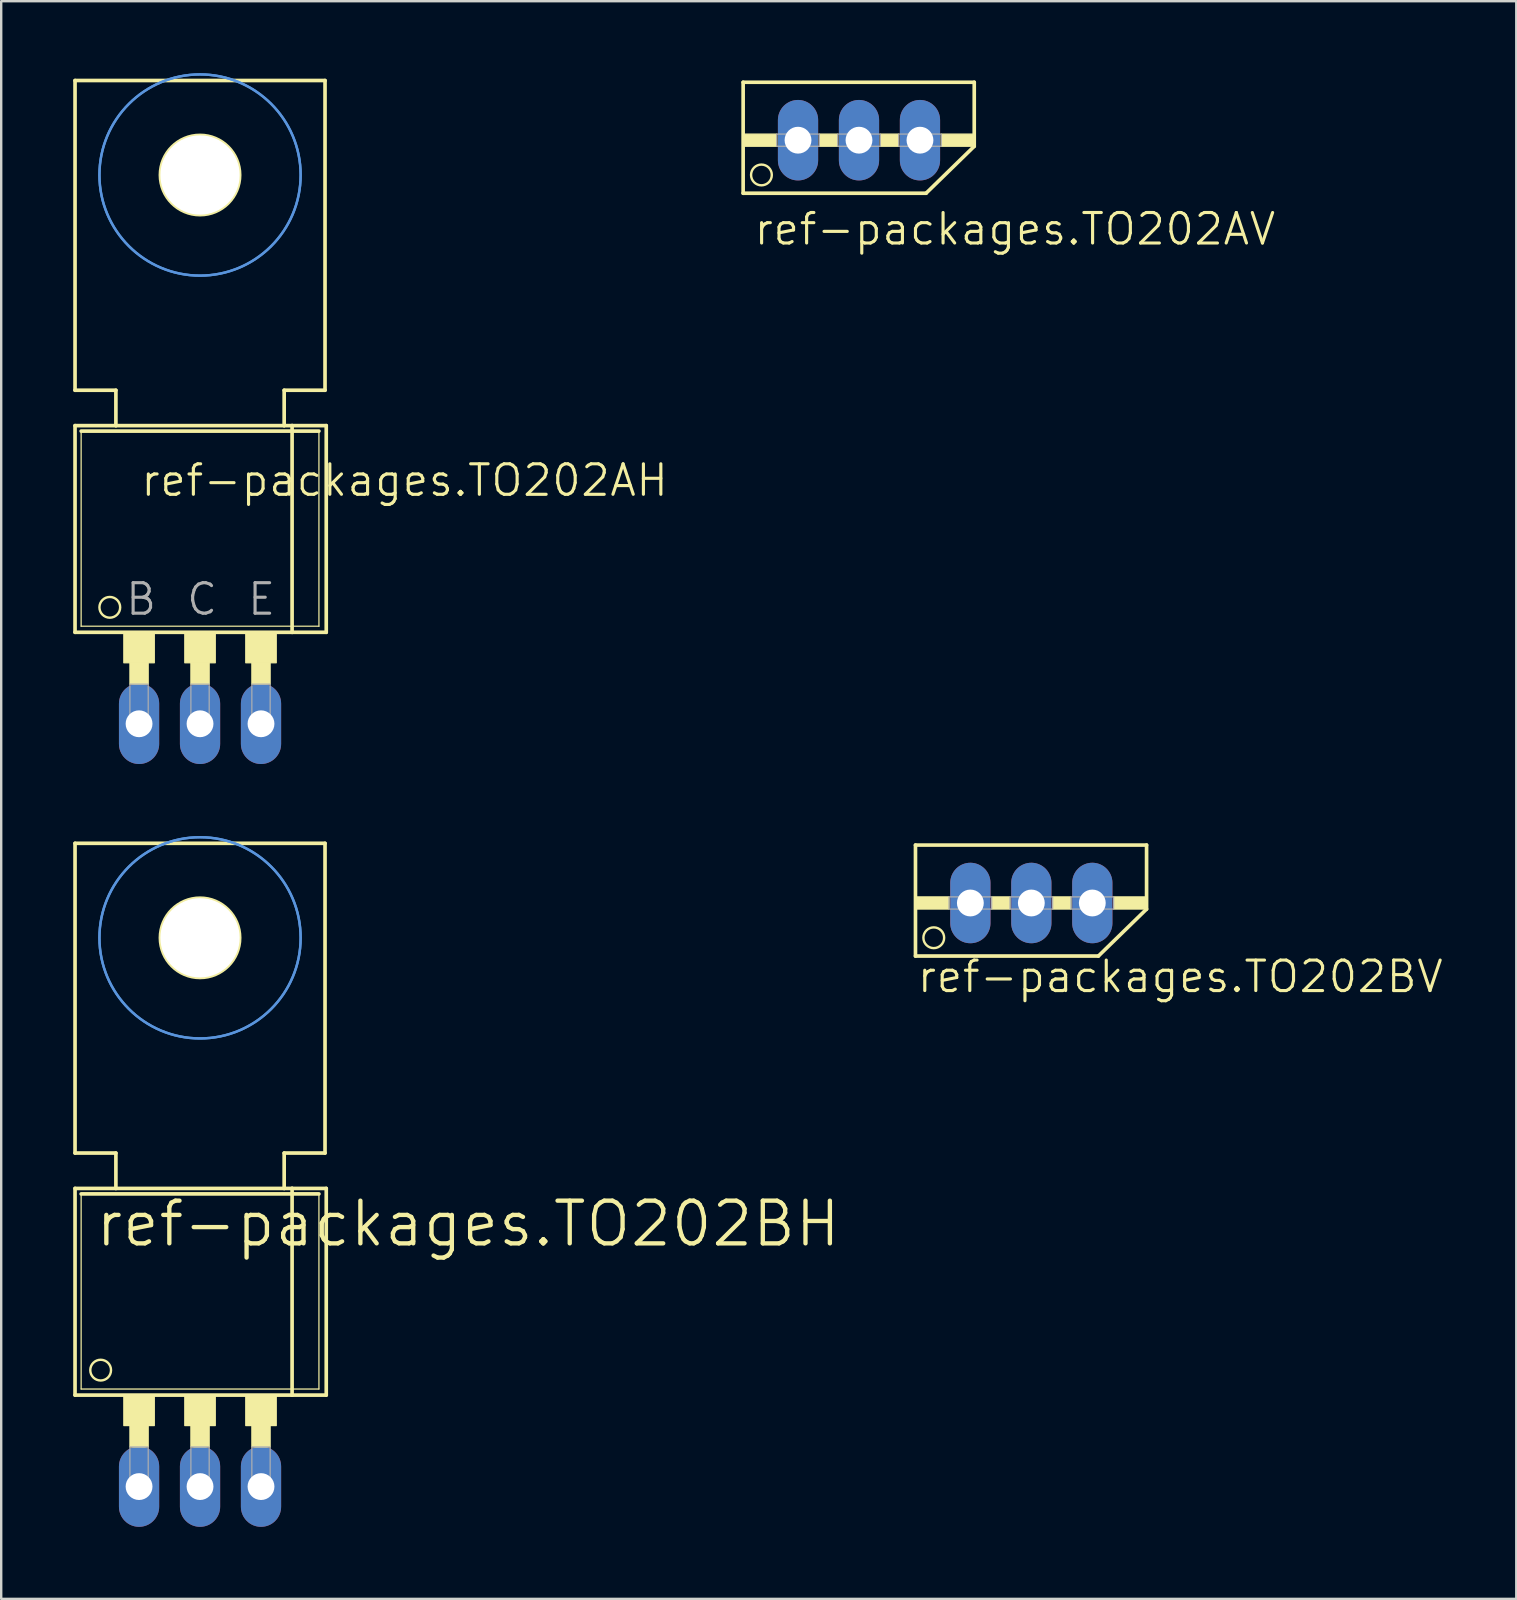
<source format=kicad_pcb>
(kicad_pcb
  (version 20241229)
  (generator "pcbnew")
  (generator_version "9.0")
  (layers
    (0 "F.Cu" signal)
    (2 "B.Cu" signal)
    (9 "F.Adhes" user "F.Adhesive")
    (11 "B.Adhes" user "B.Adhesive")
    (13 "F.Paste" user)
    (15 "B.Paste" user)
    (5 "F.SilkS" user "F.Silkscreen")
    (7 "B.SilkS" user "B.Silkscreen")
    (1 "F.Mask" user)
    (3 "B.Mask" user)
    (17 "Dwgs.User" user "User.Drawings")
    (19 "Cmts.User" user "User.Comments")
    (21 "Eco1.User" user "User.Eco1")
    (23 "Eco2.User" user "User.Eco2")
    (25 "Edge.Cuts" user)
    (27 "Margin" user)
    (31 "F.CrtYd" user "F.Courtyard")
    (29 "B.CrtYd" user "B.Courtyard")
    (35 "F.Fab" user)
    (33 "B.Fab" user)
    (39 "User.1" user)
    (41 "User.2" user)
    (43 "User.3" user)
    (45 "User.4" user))
  (footprint "ref-packages.TO202BH"
    (layer "F.Cu")
    (at 5.283 53.798)
    (property "Reference" "ref-packages.TO202BH" (at -4.445 -4.826 0) (layer "F.SilkS") (effects (font (size 1.778 1.778) (thickness 0.18)) (justify left bottom)))
    (attr through_hole)
    (fp_line (start -5.207 -21.717) (end -5.207 -8.814) (stroke (width 0.152) (type default)) (layer "F.SilkS"))
    (fp_line (start -5.207 -7.341) (end -3.505 -7.341) (stroke (width 0.152) (type default)) (layer "F.SilkS"))
    (fp_line (start -5.207 1.27) (end -5.207 -7.341) (stroke (width 0.152) (type default)) (layer "F.SilkS"))
    (fp_line (start -5.207 1.27) (end 3.835 1.27) (stroke (width 0.152) (type default)) (layer "F.SilkS"))
    (fp_line (start -4.953 1.016) (end -4.953 -7.112) (stroke (width 0.051) (type default)) (layer "F.SilkS"))
    (fp_line (start -4.953 1.016) (end 4.953 1.016) (stroke (width 0.051) (type default)) (layer "F.SilkS"))
    (fp_line (start -3.505 -8.814) (end -5.207 -8.814) (stroke (width 0.152) (type default)) (layer "F.SilkS"))
    (fp_line (start -3.505 -7.341) (end -3.505 -8.814) (stroke (width 0.152) (type default)) (layer "F.SilkS"))
    (fp_line (start -3.505 -7.341) (end 3.505 -7.341) (stroke (width 0.152) (type default)) (layer "F.SilkS"))
    (fp_line (start 3.505 -8.814) (end 3.505 -7.341) (stroke (width 0.152) (type default)) (layer "F.SilkS"))
    (fp_line (start 3.505 -7.341) (end 3.835 -7.341) (stroke (width 0.152) (type default)) (layer "F.SilkS"))
    (fp_line (start 3.835 -7.341) (end 5.258 -7.341) (stroke (width 0.152) (type default)) (layer "F.SilkS"))
    (fp_line (start 3.835 1.27) (end 3.835 -7.341) (stroke (width 0.152) (type default)) (layer "F.SilkS"))
    (fp_line (start 3.835 1.27) (end 5.258 1.27) (stroke (width 0.152) (type default)) (layer "F.SilkS"))
    (fp_line (start 4.953 -7.112) (end -4.953 -7.112) (stroke (width 0.152) (type default)) (layer "F.SilkS"))
    (fp_line (start 4.953 -7.112) (end 4.953 1.016) (stroke (width 0.051) (type default)) (layer "F.SilkS"))
    (fp_line (start 5.207 -21.717) (end -5.207 -21.717) (stroke (width 0.152) (type default)) (layer "F.SilkS"))
    (fp_line (start 5.207 -21.717) (end 5.207 -8.814) (stroke (width 0.152) (type default)) (layer "F.SilkS"))
    (fp_line (start 5.207 -8.814) (end 3.505 -8.814) (stroke (width 0.152) (type default)) (layer "F.SilkS"))
    (fp_line (start 5.258 1.27) (end 5.258 -7.341) (stroke (width 0.152) (type default)) (layer "F.SilkS"))
    (fp_rect (start -3.175 2.54) (end -1.905 1.27) (stroke (width 0.05) (type default)) (fill yes) (layer "F.SilkS"))
    (fp_rect (start -2.921 3.429) (end -2.159 2.54) (stroke (width 0.05) (type default)) (fill yes) (layer "F.SilkS"))
    (fp_rect (start -0.635 2.54) (end 0.635 1.27) (stroke (width 0.05) (type default)) (fill yes) (layer "F.SilkS"))
    (fp_rect (start -0.381 3.429) (end 0.381 2.54) (stroke (width 0.05) (type default)) (fill yes) (layer "F.SilkS"))
    (fp_rect (start 1.905 2.54) (end 3.175 1.27) (stroke (width 0.05) (type default)) (fill yes) (layer "F.SilkS"))
    (fp_rect (start 2.159 3.429) (end 2.921 2.54) (stroke (width 0.05) (type default)) (fill yes) (layer "F.SilkS"))
    (fp_circle (center -4.14 0.229) (end -3.708 0.229) (stroke (width 0.1) (type default)) (fill no) (layer "F.SilkS"))
    (fp_circle (center 0 -17.78) (end 1.651 -17.78) (stroke (width 0.152) (type default)) (fill no) (layer "F.SilkS"))
    (fp_circle (center 0 -17.78) (end 4.191 -17.78) (stroke (width 0.1) (type default)) (fill no) (layer "Cmts.User"))
    (fp_circle (center 0 -17.78) (end 4.191 -17.78) (stroke (width 0.1) (type default)) (fill no) (layer "Cmts.User"))
    (fp_rect (start -2.921 5.207) (end -2.159 3.429) (stroke (width 0.05) (type default)) (fill no) (layer "F.Fab"))
    (fp_rect (start -0.381 5.207) (end 0.381 3.429) (stroke (width 0.05) (type default)) (fill no) (layer "F.Fab"))
    (fp_rect (start 2.159 5.207) (end 2.921 3.429) (stroke (width 0.05) (type default)) (fill no) (layer "F.Fab"))
    (pad "" np_thru_hole circle (at 0 -17.78) (size 3.302 3.302) (drill 3.302) (layers "*.Cu" "*.Mask"))
    (pad "1" thru_hole oval (at -2.54 5.08 90) (size 3.353 1.676) (drill 1.118) (layers "*.Cu" "*.Mask"))
    (pad "2" thru_hole oval (at 0 5.08 90) (size 3.353 1.676) (drill 1.118) (layers "*.Cu" "*.Mask"))
    (pad "3" thru_hole oval (at 2.54 5.08 90) (size 3.353 1.676) (drill 1.118) (layers "*.Cu" "*.Mask")))
  (footprint "ref-packages.TO202AV"
    (layer "F.Cu")
    (at 32.734 0.25)
    (property "Reference" "ref-packages.TO202AV" (at -4.445 6.985 0) (layer "F.SilkS") (effects (font (size 1.27 1.27) (thickness 0.13)) (justify left bottom)))
    (attr through_hole)
    (fp_line (start -4.826 0.127) (end 4.801 0.127) (stroke (width 0.152) (type default)) (layer "F.SilkS"))
    (fp_line (start -4.826 4.75) (end -4.826 0.127) (stroke (width 0.152) (type default)) (layer "F.SilkS"))
    (fp_line (start -4.826 4.75) (end 2.794 4.75) (stroke (width 0.152) (type default)) (layer "F.SilkS"))
    (fp_line (start 2.794 4.75) (end 4.801 2.794) (stroke (width 0.152) (type default)) (layer "F.SilkS"))
    (fp_line (start 4.801 0.127) (end 4.801 2.794) (stroke (width 0.152) (type default)) (layer "F.SilkS"))
    (fp_rect (start -4.826 2.794) (end -3.429 2.286) (stroke (width 0.05) (type default)) (fill yes) (layer "F.SilkS"))
    (fp_rect (start -1.651 2.794) (end -0.889 2.286) (stroke (width 0.05) (type default)) (fill yes) (layer "F.SilkS"))
    (fp_rect (start 0.889 2.794) (end 1.651 2.286) (stroke (width 0.05) (type default)) (fill yes) (layer "F.SilkS"))
    (fp_rect (start 3.429 2.794) (end 4.826 2.286) (stroke (width 0.05) (type default)) (fill yes) (layer "F.SilkS"))
    (fp_circle (center -4.064 3.988) (end -3.632 3.988) (stroke (width 0.1) (type default)) (fill no) (layer "F.SilkS"))
    (fp_rect (start -3.429 2.794) (end -1.651 2.286) (stroke (width 0.05) (type default)) (fill no) (layer "F.Fab"))
    (fp_rect (start -0.889 2.794) (end 0.889 2.286) (stroke (width 0.05) (type default)) (fill no) (layer "F.Fab"))
    (fp_rect (start 1.651 2.794) (end 3.429 2.286) (stroke (width 0.05) (type default)) (fill no) (layer "F.Fab"))
    (pad "B" thru_hole oval (at -2.54 2.54 90) (size 3.353 1.676) (drill 1.118) (layers "*.Cu" "*.Mask"))
    (pad "C" thru_hole oval (at 0 2.54 90) (size 3.353 1.676) (drill 1.118) (layers "*.Cu" "*.Mask"))
    (pad "E" thru_hole oval (at 2.54 2.54 90) (size 3.353 1.676) (drill 1.118) (layers "*.Cu" "*.Mask")))
  (footprint "ref-packages.TO202AH"
    (layer "F.Cu")
    (at 5.283 22.021)
    (property "Reference" "ref-packages.TO202AH" (at -2.54 -4.318 0) (layer "F.SilkS") (effects (font (size 1.27 1.27) (thickness 0.13)) (justify left bottom)))
    (attr through_hole)
    (fp_line (start -5.207 -21.717) (end -5.207 -8.814) (stroke (width 0.152) (type default)) (layer "F.SilkS"))
    (fp_line (start -5.207 -7.341) (end -3.505 -7.341) (stroke (width 0.152) (type default)) (layer "F.SilkS"))
    (fp_line (start -5.207 1.27) (end -5.207 -7.341) (stroke (width 0.152) (type default)) (layer "F.SilkS"))
    (fp_line (start -5.207 1.27) (end 3.835 1.27) (stroke (width 0.152) (type default)) (layer "F.SilkS"))
    (fp_line (start -4.953 1.016) (end -4.953 -7.112) (stroke (width 0.051) (type default)) (layer "F.SilkS"))
    (fp_line (start -4.953 1.016) (end 4.953 1.016) (stroke (width 0.051) (type default)) (layer "F.SilkS"))
    (fp_line (start -3.505 -8.814) (end -5.207 -8.814) (stroke (width 0.152) (type default)) (layer "F.SilkS"))
    (fp_line (start -3.505 -7.341) (end -3.505 -8.814) (stroke (width 0.152) (type default)) (layer "F.SilkS"))
    (fp_line (start -3.505 -7.341) (end 3.505 -7.341) (stroke (width 0.152) (type default)) (layer "F.SilkS"))
    (fp_line (start 3.505 -8.814) (end 3.505 -7.341) (stroke (width 0.152) (type default)) (layer "F.SilkS"))
    (fp_line (start 3.505 -7.341) (end 3.835 -7.341) (stroke (width 0.152) (type default)) (layer "F.SilkS"))
    (fp_line (start 3.835 -7.341) (end 5.258 -7.341) (stroke (width 0.152) (type default)) (layer "F.SilkS"))
    (fp_line (start 3.835 1.27) (end 3.835 -7.341) (stroke (width 0.152) (type default)) (layer "F.SilkS"))
    (fp_line (start 3.835 1.27) (end 5.258 1.27) (stroke (width 0.152) (type default)) (layer "F.SilkS"))
    (fp_line (start 4.953 -7.112) (end -4.953 -7.112) (stroke (width 0.152) (type default)) (layer "F.SilkS"))
    (fp_line (start 4.953 -7.112) (end 4.953 1.016) (stroke (width 0.051) (type default)) (layer "F.SilkS"))
    (fp_line (start 5.207 -21.717) (end -5.207 -21.717) (stroke (width 0.152) (type default)) (layer "F.SilkS"))
    (fp_line (start 5.207 -21.717) (end 5.207 -8.814) (stroke (width 0.152) (type default)) (layer "F.SilkS"))
    (fp_line (start 5.207 -8.814) (end 3.505 -8.814) (stroke (width 0.152) (type default)) (layer "F.SilkS"))
    (fp_line (start 5.258 1.27) (end 5.258 -7.341) (stroke (width 0.152) (type default)) (layer "F.SilkS"))
    (fp_rect (start -3.175 2.54) (end -1.905 1.27) (stroke (width 0.05) (type default)) (fill yes) (layer "F.SilkS"))
    (fp_rect (start -2.921 3.429) (end -2.159 2.54) (stroke (width 0.05) (type default)) (fill yes) (layer "F.SilkS"))
    (fp_rect (start -0.635 2.54) (end 0.635 1.27) (stroke (width 0.05) (type default)) (fill yes) (layer "F.SilkS"))
    (fp_rect (start -0.381 3.429) (end 0.381 2.54) (stroke (width 0.05) (type default)) (fill yes) (layer "F.SilkS"))
    (fp_rect (start 1.905 2.54) (end 3.175 1.27) (stroke (width 0.05) (type default)) (fill yes) (layer "F.SilkS"))
    (fp_rect (start 2.159 3.429) (end 2.921 2.54) (stroke (width 0.05) (type default)) (fill yes) (layer "F.SilkS"))
    (fp_circle (center -3.759 0.229) (end -3.327 0.229) (stroke (width 0.1) (type default)) (fill no) (layer "F.SilkS"))
    (fp_circle (center 0 -17.78) (end 1.651 -17.78) (stroke (width 0.152) (type default)) (fill no) (layer "F.SilkS"))
    (fp_circle (center 0 -17.78) (end 4.191 -17.78) (stroke (width 0.1) (type default)) (fill no) (layer "Cmts.User"))
    (fp_circle (center 0 -17.78) (end 4.191 -17.78) (stroke (width 0.1) (type default)) (fill no) (layer "Cmts.User"))
    (fp_rect (start -2.921 5.08) (end -2.159 3.429) (stroke (width 0.05) (type default)) (fill no) (layer "F.Fab"))
    (fp_rect (start -0.381 5.08) (end 0.381 3.429) (stroke (width 0.05) (type default)) (fill no) (layer "F.Fab"))
    (fp_rect (start 2.159 5.08) (end 2.921 3.429) (stroke (width 0.05) (type default)) (fill no) (layer "F.Fab"))
    (fp_text user "E" (at 1.905 0.635 0) (layer "F.Fab") (effects (font (size 1.27 1.27) (thickness 0.13)) (justify left bottom)))
    (fp_text user "C" (at -0.635 0.635 0) (layer "F.Fab") (effects (font (size 1.27 1.27) (thickness 0.13)) (justify left bottom)))
    (fp_text user "B" (at -3.175 0.635 0) (layer "F.Fab") (effects (font (size 1.27 1.27) (thickness 0.13)) (justify left bottom)))
    (pad "" np_thru_hole circle (at 0 -17.78) (size 3.302 3.302) (drill 3.302) (layers "*.Cu" "*.Mask"))
    (pad "B" thru_hole oval (at -2.54 5.08 90) (size 3.353 1.676) (drill 1.118) (layers "*.Cu" "*.Mask"))
    (pad "C" thru_hole oval (at 0 5.08 90) (size 3.353 1.676) (drill 1.118) (layers "*.Cu" "*.Mask"))
    (pad "E" thru_hole oval (at 2.54 5.08 90) (size 3.353 1.676) (drill 1.118) (layers "*.Cu" "*.Mask")))
  (footprint "ref-packages.TO202BV"
    (layer "F.Cu")
    (at 39.913 32.027)
    (property "Reference" "ref-packages.TO202BV" (at -4.826 6.35 0) (layer "F.SilkS") (effects (font (size 1.27 1.27) (thickness 0.13)) (justify left bottom)))
    (attr through_hole)
    (fp_line (start -4.826 0.127) (end 4.801 0.127) (stroke (width 0.152) (type default)) (layer "F.SilkS"))
    (fp_line (start -4.826 4.75) (end -4.826 0.127) (stroke (width 0.152) (type default)) (layer "F.SilkS"))
    (fp_line (start -4.826 4.75) (end 2.794 4.75) (stroke (width 0.152) (type default)) (layer "F.SilkS"))
    (fp_line (start 2.794 4.75) (end 4.801 2.794) (stroke (width 0.152) (type default)) (layer "F.SilkS"))
    (fp_line (start 4.801 0.127) (end 4.801 2.794) (stroke (width 0.152) (type default)) (layer "F.SilkS"))
    (fp_rect (start -4.826 2.794) (end -3.429 2.286) (stroke (width 0.05) (type default)) (fill yes) (layer "F.SilkS"))
    (fp_rect (start -1.651 2.794) (end -0.889 2.286) (stroke (width 0.05) (type default)) (fill yes) (layer "F.SilkS"))
    (fp_rect (start 0.889 2.794) (end 1.651 2.286) (stroke (width 0.05) (type default)) (fill yes) (layer "F.SilkS"))
    (fp_rect (start 3.429 2.794) (end 4.826 2.286) (stroke (width 0.05) (type default)) (fill yes) (layer "F.SilkS"))
    (fp_circle (center -4.064 3.988) (end -3.632 3.988) (stroke (width 0.1) (type default)) (fill no) (layer "F.SilkS"))
    (fp_rect (start -3.429 2.794) (end -1.651 2.286) (stroke (width 0.05) (type default)) (fill no) (layer "F.Fab"))
    (fp_rect (start -0.889 2.794) (end 0.889 2.286) (stroke (width 0.05) (type default)) (fill no) (layer "F.Fab"))
    (fp_rect (start 1.651 2.794) (end 3.429 2.286) (stroke (width 0.05) (type default)) (fill no) (layer "F.Fab"))
    (pad "1" thru_hole oval (at -2.54 2.54 90) (size 3.353 1.676) (drill 1.118) (layers "*.Cu" "*.Mask"))
    (pad "2" thru_hole oval (at 0 2.54 90) (size 3.353 1.676) (drill 1.118) (layers "*.Cu" "*.Mask"))
    (pad "3" thru_hole oval (at 2.54 2.54 90) (size 3.353 1.676) (drill 1.118) (layers "*.Cu" "*.Mask")))
  (gr_rect
    (start -3 -3)
    (end 60.115 63.555)
    (stroke (width 0.1) (type default))
    (fill no)
    (layer "Edge.Cuts")))
</source>
